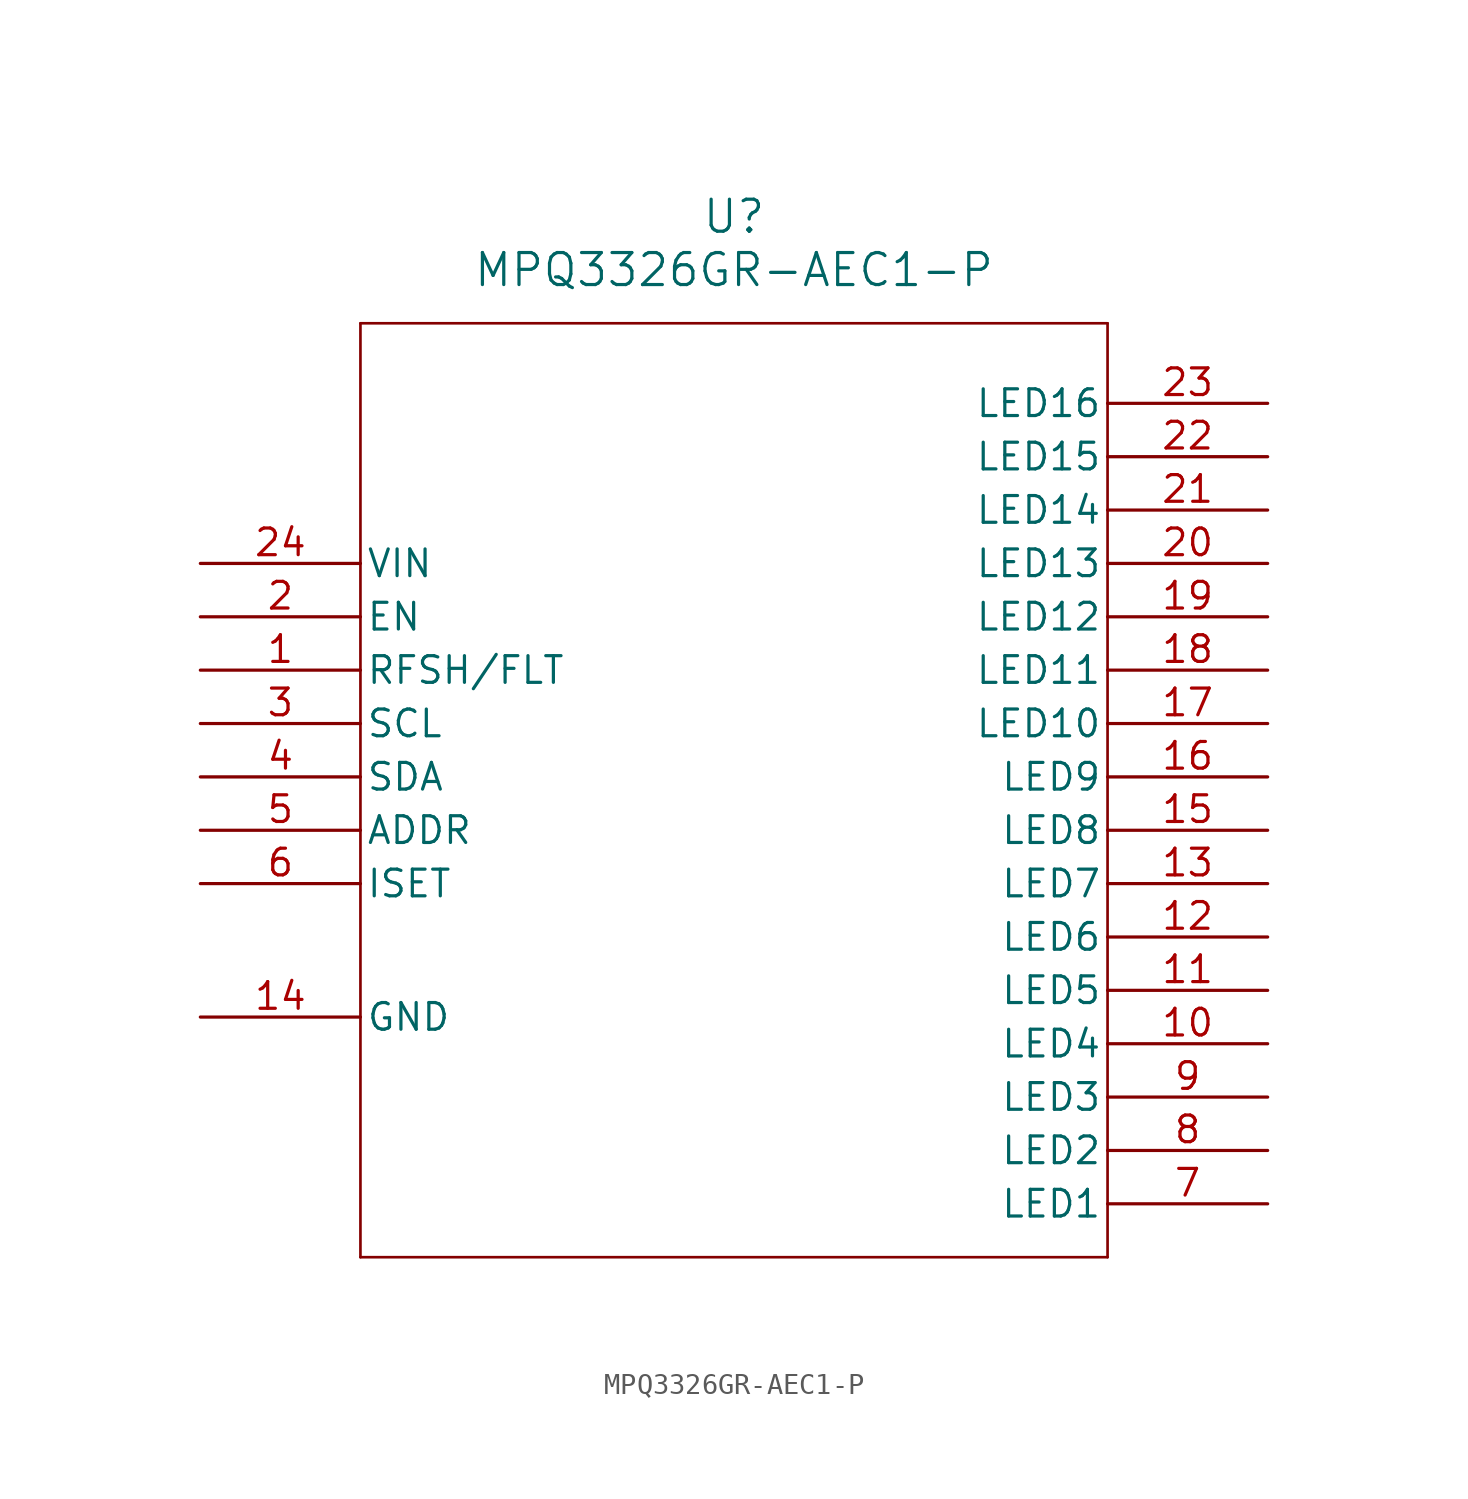
<source format=kicad_sym>
(kicad_symbol_lib
  (version 20220914)
  (generator kicad_symbol_editor)
  (symbol "MPQ3326GR-AEC1-P"
    (pin_names
      (offset 0.254))
    (property "Reference" "U"
      (at 25.4 10.16 0)
      (effects (font (size 1.524 1.524))))
    (property "Value" "MPQ3326GR-AEC1-P"
      (at 25.4 7.62 0)
      (effects (font (size 1.524 1.524))))
    (property "ki_locked" ""
      (at 0 0 0)
      (effects (font (size 1.27 1.27))))
    (symbol "MPQ3326GR-AEC1-P_0_1"
      (polyline (pts (xy 7.62 -39.37) (xy 43.18 -39.37)) (stroke (width 0.127) (type default)) (fill (type none)))
      (polyline (pts (xy 7.62 5.08) (xy 7.62 -39.37)) (stroke (width 0.127) (type default)) (fill (type none)))
      (polyline (pts (xy 43.18 -39.37) (xy 43.18 5.08)) (stroke (width 0.127) (type default)) (fill (type none)))
      (polyline (pts (xy 43.18 5.08) (xy 7.62 5.08)) (stroke (width 0.127) (type default)) (fill (type none)))
      (pin output line (at 0 -11.43 0) (length 7.62) (name "RFSH/FLT" (effects (font (size 1.27 1.27)))) (number "1" (effects (font (size 1.27 1.27)))))
      (pin input line (at 50.8 -29.21 180) (length 7.62) (name "LED4" (effects (font (size 1.27 1.27)))) (number "10" (effects (font (size 1.27 1.27)))))
      (pin input line (at 50.8 -26.67 180) (length 7.62) (name "LED5" (effects (font (size 1.27 1.27)))) (number "11" (effects (font (size 1.27 1.27)))))
      (pin input line (at 50.8 -24.13 180) (length 7.62) (name "LED6" (effects (font (size 1.27 1.27)))) (number "12" (effects (font (size 1.27 1.27)))))
      (pin input line (at 50.8 -21.59 180) (length 7.62) (name "LED7" (effects (font (size 1.27 1.27)))) (number "13" (effects (font (size 1.27 1.27)))))
      (pin power_in line (at 0 -27.94 0) (length 7.62) (name "GND" (effects (font (size 1.27 1.27)))) (number "14" (effects (font (size 1.27 1.27)))))
      (pin input line (at 50.8 -19.05 180) (length 7.62) (name "LED8" (effects (font (size 1.27 1.27)))) (number "15" (effects (font (size 1.27 1.27)))))
      (pin input line (at 50.8 -16.51 180) (length 7.62) (name "LED9" (effects (font (size 1.27 1.27)))) (number "16" (effects (font (size 1.27 1.27)))))
      (pin input line (at 50.8 -13.97 180) (length 7.62) (name "LED10" (effects (font (size 1.27 1.27)))) (number "17" (effects (font (size 1.27 1.27)))))
      (pin input line (at 50.8 -11.43 180) (length 7.62) (name "LED11" (effects (font (size 1.27 1.27)))) (number "18" (effects (font (size 1.27 1.27)))))
      (pin input line (at 50.8 -8.89 180) (length 7.62) (name "LED12" (effects (font (size 1.27 1.27)))) (number "19" (effects (font (size 1.27 1.27)))))
      (pin unspecified line (at 0 -8.89 0) (length 7.62) (name "EN" (effects (font (size 1.27 1.27)))) (number "2" (effects (font (size 1.27 1.27)))))
      (pin input line (at 50.8 -6.35 180) (length 7.62) (name "LED13" (effects (font (size 1.27 1.27)))) (number "20" (effects (font (size 1.27 1.27)))))
      (pin input line (at 50.8 -3.81 180) (length 7.62) (name "LED14" (effects (font (size 1.27 1.27)))) (number "21" (effects (font (size 1.27 1.27)))))
      (pin input line (at 50.8 -1.27 180) (length 7.62) (name "LED15" (effects (font (size 1.27 1.27)))) (number "22" (effects (font (size 1.27 1.27)))))
      (pin input line (at 50.8 1.27 180) (length 7.62) (name "LED16" (effects (font (size 1.27 1.27)))) (number "23" (effects (font (size 1.27 1.27)))))
      (pin power_in line (at 0 -6.35 0) (length 7.62) (name "VIN" (effects (font (size 1.27 1.27)))) (number "24" (effects (font (size 1.27 1.27)))))
      (pin input line (at 0 -13.97 0) (length 7.62) (name "SCL" (effects (font (size 1.27 1.27)))) (number "3" (effects (font (size 1.27 1.27)))))
      (pin input line (at 0 -16.51 0) (length 7.62) (name "SDA" (effects (font (size 1.27 1.27)))) (number "4" (effects (font (size 1.27 1.27)))))
      (pin unspecified line (at 0 -19.05 0) (length 7.62) (name "ADDR" (effects (font (size 1.27 1.27)))) (number "5" (effects (font (size 1.27 1.27)))))
      (pin unspecified line (at 0 -21.59 0) (length 7.62) (name "ISET" (effects (font (size 1.27 1.27)))) (number "6" (effects (font (size 1.27 1.27)))))
      (pin input line (at 50.8 -36.83 180) (length 7.62) (name "LED1" (effects (font (size 1.27 1.27)))) (number "7" (effects (font (size 1.27 1.27)))))
      (pin input line (at 50.8 -34.29 180) (length 7.62) (name "LED2" (effects (font (size 1.27 1.27)))) (number "8" (effects (font (size 1.27 1.27)))))
      (pin input line (at 50.8 -31.75 180) (length 7.62) (name "LED3" (effects (font (size 1.27 1.27)))) (number "9" (effects (font (size 1.27 1.27))))))))
</source>
